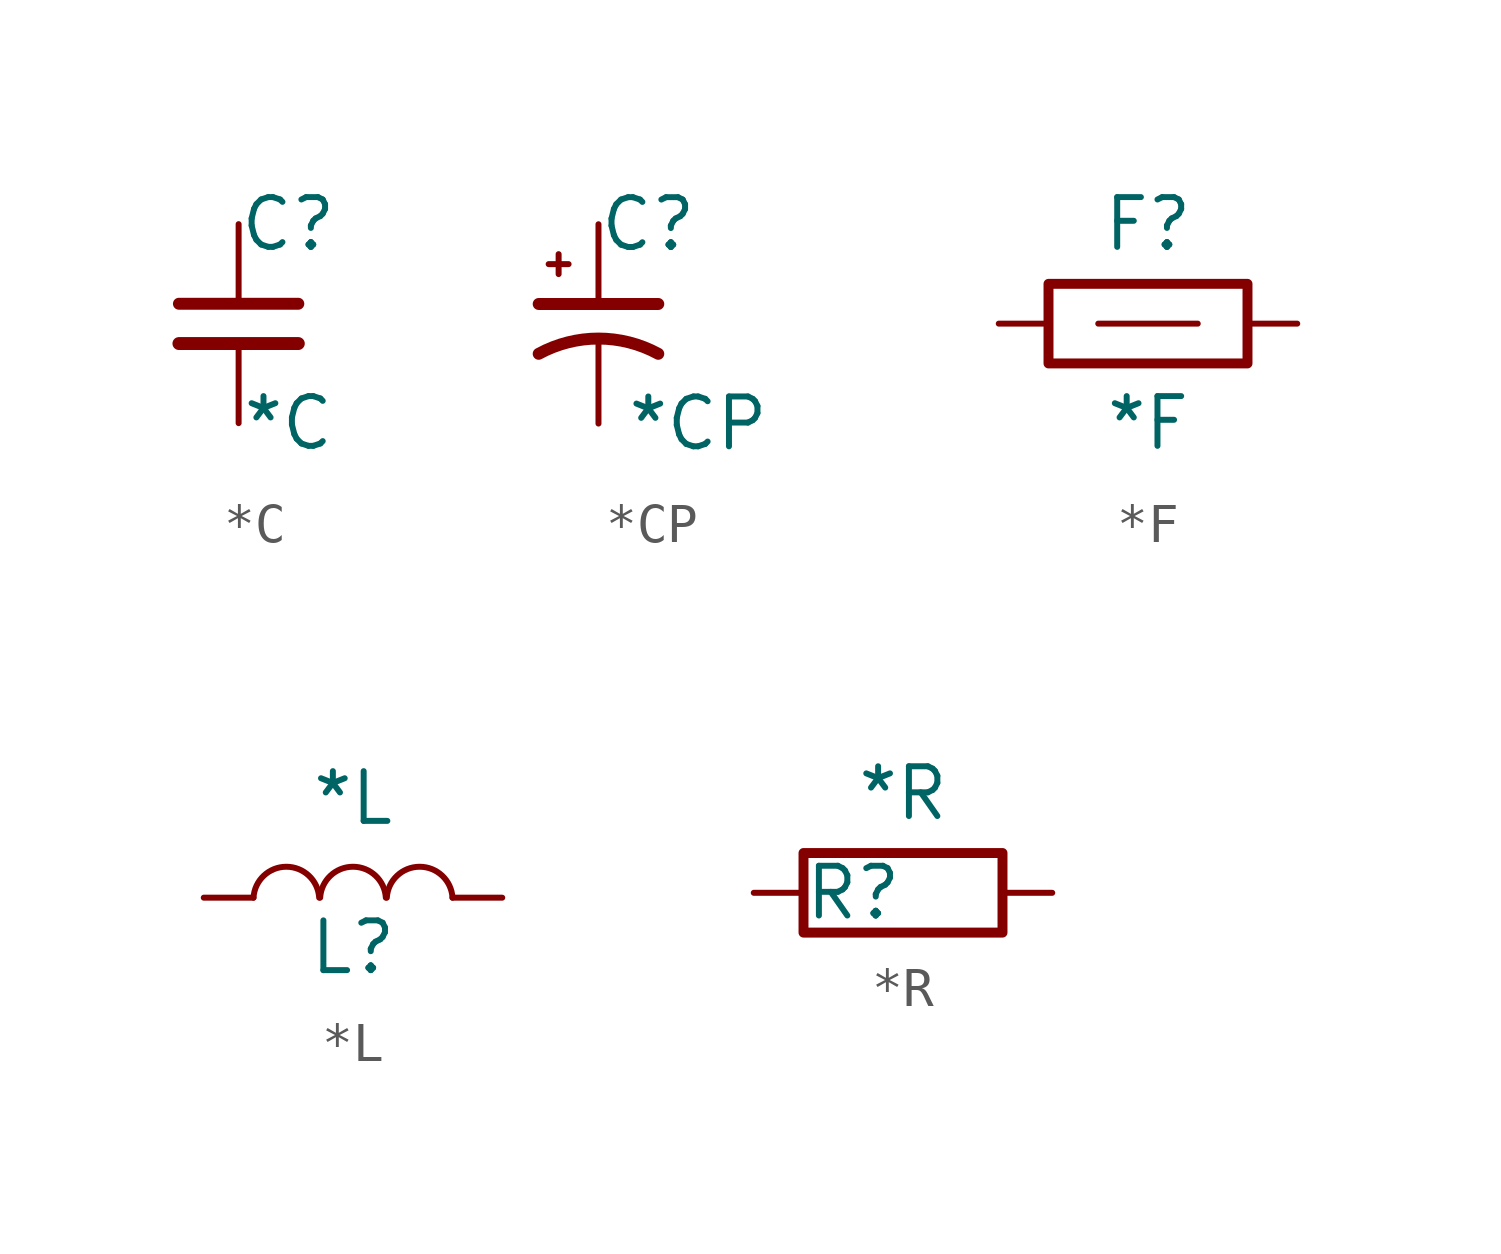
<source format=kicad_sym>
(kicad_symbol_lib
  (version 20211014)
  (generator kicad_symbol_editor)
  (symbol "*C"
    (pin_numbers hide)
    (pin_names
      (offset 0) hide)
    (property "Reference" "C"
      (at 1.27 0 0)
      (effects (font (size 1.27 1.27))))
    (property "Value" "*C"
      (at 1.27 -5.08 0)
      (effects (font (size 1.27 1.27))))
    (symbol "*C_0_1"
      (polyline (pts (xy -1.524 -3.048) (xy 1.524 -3.048)) (stroke (width 0.33) (type default) (color 0 0 0 0)) (fill (type none)))
      (polyline (pts (xy -1.524 -2.032) (xy 1.524 -2.032)) (stroke (width 0.305) (type default) (color 0 0 0 0)) (fill (type none))))
    (symbol "*C_1_1"
      (pin passive line (at 0 0 270) (length 2.032) (name "~" (effects (font (size 1.27 1.27)))) (number "1" (effects (font (size 1.27 1.27)))))
      (pin passive line (at 0 -5.08 90) (length 2.032) (name "~" (effects (font (size 1.27 1.27)))) (number "2" (effects (font (size 1.27 1.27)))))))
  (symbol "*CP"
    (pin_numbers hide)
    (pin_names
      (offset 0) hide)
    (property "Reference" "C"
      (at 1.27 0 0)
      (effects (font (size 1.27 1.27))))
    (property "Value" "*CP"
      (at 2.54 -5.08 0)
      (effects (font (size 1.27 1.27))))
    (symbol "*CP_0_1"
      (polyline (pts (xy -1.524 -2.032) (xy 1.524 -2.032)) (stroke (width 0.305) (type default) (color 0 0 0 0)) (fill (type none)))
      (polyline (pts (xy -1.27 -1.016) (xy -0.762 -1.016)) (stroke (width 0) (type default) (color 0 0 0 0)) (fill (type none)))
      (polyline (pts (xy -1.016 -1.27) (xy -1.016 -0.762)) (stroke (width 0) (type default) (color 0 0 0 0)) (fill (type none)))
      (arc (start 1.524 -3.302) (mid 0 -2.9134) (end -1.524 -3.302) (stroke (width 0.3048) (type default) (color 0 0 0 0)) (fill (type none))))
    (symbol "*CP_1_1"
      (pin passive line (at 0 0 270) (length 2.032) (name "~" (effects (font (size 1.27 1.27)))) (number "1" (effects (font (size 1.27 1.27)))))
      (pin passive line (at 0 -5.08 90) (length 2.032) (name "~" (effects (font (size 1.27 1.27)))) (number "2" (effects (font (size 1.27 1.27)))))))
  (symbol "*F"
    (pin_numbers hide)
    (pin_names
      (offset 0) hide)
    (property "Reference" "F"
      (at 3.81 2.54 0)
      (effects (font (size 1.27 1.27))))
    (property "Value" "*F"
      (at 3.81 -2.54 0)
      (effects (font (size 1.27 1.27))))
    (symbol "*F_0_1"
      (polyline (pts (xy 2.54 0) (xy 5.08 0)) (stroke (width 0) (type default) (color 0 0 0 0)) (fill (type none)))
      (rectangle (start 1.27 1.016) (end 6.35 -1.016) (stroke (width 0.254) (type default) (color 0 0 0 0)) (fill (type none))))
    (symbol "*F_1_1"
      (pin passive line (at 0 0 0) (length 1.27) (name "1" (effects (font (size 1.27 1.27)))) (number "1" (effects (font (size 1.27 1.27)))))
      (pin passive line (at 7.62 0 180) (length 1.27) (name "2" (effects (font (size 1.27 1.27)))) (number "2" (effects (font (size 1.27 1.27)))))))
  (symbol "*L"
    (pin_numbers hide)
    (pin_names
      (offset 0) hide)
    (property "Reference" "L"
      (at 3.81 -1.27 0)
      (effects (font (size 1.27 1.27))))
    (property "Value" "*L"
      (at 3.81 2.54 0)
      (effects (font (size 1.27 1.27))))
    (symbol "*L_0_1"
      (arc (start 2.9464 0) (mid 2.1082 0.7889) (end 1.27 0) (stroke (width 0.1524) (type default) (color 0 0 0 0)) (fill (type none)))
      (arc (start 4.6482 0) (mid 3.81 0.7889) (end 2.9718 0) (stroke (width 0.1524) (type default) (color 0 0 0 0)) (fill (type none)))
      (arc (start 6.35 0) (mid 5.5118 0.7889) (end 4.6736 0) (stroke (width 0.1524) (type default) (color 0 0 0 0)) (fill (type none))))
    (symbol "*L_1_1"
      (pin passive line (at 0 0 0) (length 1.27) (name "1" (effects (font (size 0.762 0.762)))) (number "1" (effects (font (size 0.762 0.762)))))
      (pin passive line (at 7.62 0 180) (length 1.27) (name "2" (effects (font (size 0.762 0.762)))) (number "2" (effects (font (size 0.762 0.762)))))))
  (symbol "*R"
    (pin_numbers hide)
    (pin_names
      (offset 0) hide)
    (property "Reference" "R"
      (at 2.54 0 0)
      (effects (font (size 1.27 1.27))))
    (property "Value" "*R"
      (at 3.81 2.54 0)
      (effects (font (size 1.27 1.27))))
    (symbol "*R_0_1"
      (rectangle (start 1.27 1.016) (end 6.35 -1.016) (stroke (width 0.254) (type default) (color 0 0 0 0)) (fill (type none))))
    (symbol "*R_1_1"
      (pin passive line (at 0 0 0) (length 1.27) (name "1" (effects (font (size 1.27 1.27)))) (number "1" (effects (font (size 1.27 1.27)))))
      (pin passive line (at 7.62 0 180) (length 1.27) (name "2" (effects (font (size 1.27 1.27)))) (number "2" (effects (font (size 1.27 1.27))))))))
</source>
